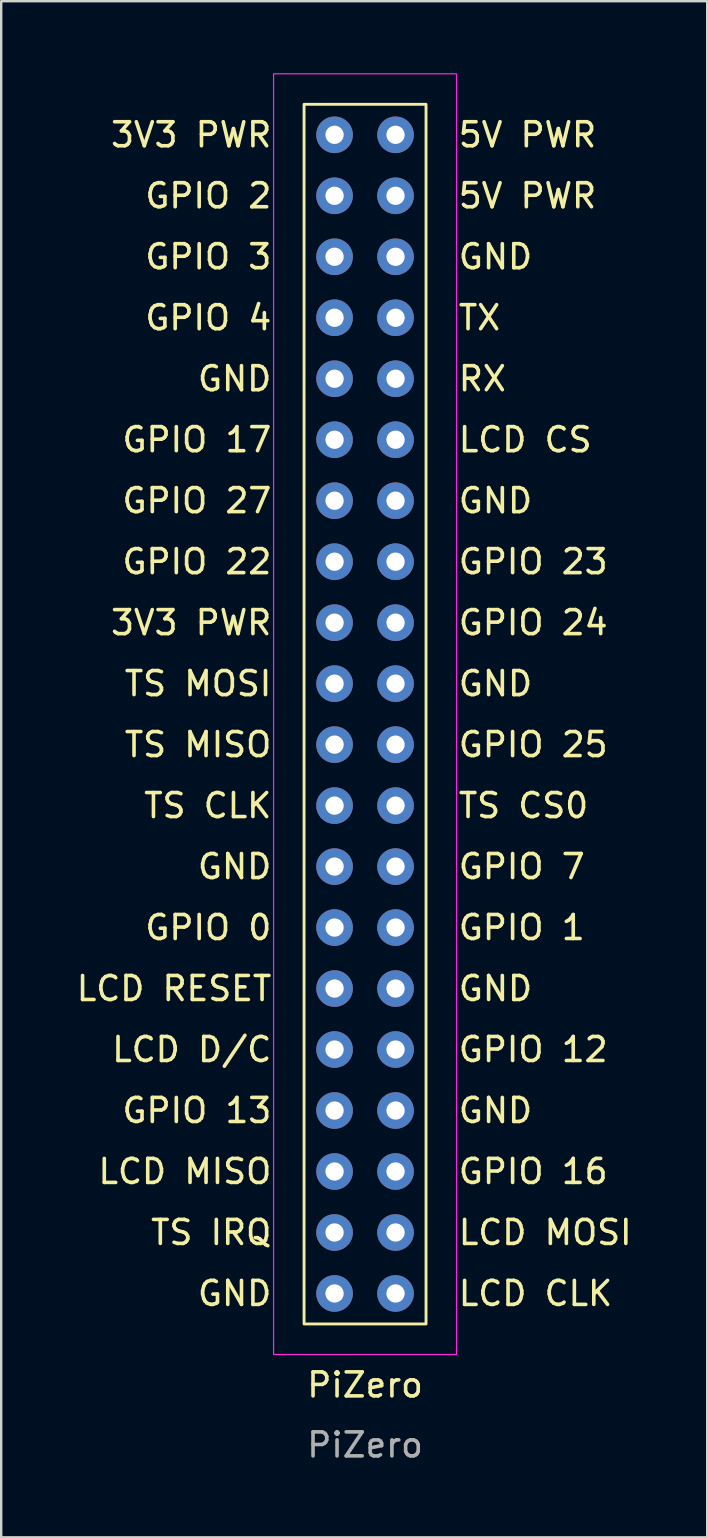
<source format=kicad_pcb>
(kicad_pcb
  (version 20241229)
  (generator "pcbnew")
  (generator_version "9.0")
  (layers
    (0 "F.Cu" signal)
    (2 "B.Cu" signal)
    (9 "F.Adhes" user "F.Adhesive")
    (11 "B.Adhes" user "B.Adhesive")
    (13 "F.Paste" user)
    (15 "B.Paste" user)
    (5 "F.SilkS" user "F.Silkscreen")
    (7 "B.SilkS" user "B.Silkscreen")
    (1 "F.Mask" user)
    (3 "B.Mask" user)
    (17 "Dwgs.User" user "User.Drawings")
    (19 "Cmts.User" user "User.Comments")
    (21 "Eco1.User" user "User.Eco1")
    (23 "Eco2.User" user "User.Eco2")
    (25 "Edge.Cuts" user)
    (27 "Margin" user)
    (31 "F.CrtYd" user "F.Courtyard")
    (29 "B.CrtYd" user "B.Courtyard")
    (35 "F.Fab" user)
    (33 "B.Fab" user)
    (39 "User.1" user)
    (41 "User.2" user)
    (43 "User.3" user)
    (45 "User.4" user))
  (footprint "PiZero"
    (layer "F.Cu")
    (at 12.155 54.635)
    (property "Reference" "PiZero" (at 0 0 0) (unlocked yes) (layer "F.SilkS") (effects (font (size 1 1) (thickness 0.15))))
    (attr through_hole)
    (fp_rect (start -2.54 -53.34) (end 2.54 -2.54) (stroke (width 0.12) (type solid)) (fill no) (layer "F.SilkS"))
    (fp_rect (start -3.81 -54.61) (end 3.81 -1.27) (stroke (width 0.05) (type solid)) (fill no) (layer "F.CrtYd"))
    (fp_text user "GPIO 12" (at 3.81 -13.97 0) (unlocked yes) (layer "F.SilkS") (effects (font (size 1 1) (thickness 0.15)) (justify left)))
    (fp_text user "LCD D/C" (at -3.81 -13.97 0) (unlocked yes) (layer "F.SilkS") (effects (font (size 1 1) (thickness 0.15)) (justify right)))
    (fp_text user "GPIO 7" (at 3.81 -21.59 0) (unlocked yes) (layer "F.SilkS") (effects (font (size 1 1) (thickness 0.15)) (justify left)))
    (fp_text user "TS MISO" (at -3.81 -26.67 0) (unlocked yes) (layer "F.SilkS") (effects (font (size 1 1) (thickness 0.15)) (justify right)))
    (fp_text user "GPIO 13" (at -3.81 -11.43 0) (unlocked yes) (layer "F.SilkS") (effects (font (size 1 1) (thickness 0.15)) (justify right)))
    (fp_text user "GPIO 1" (at 3.81 -19.05 0) (unlocked yes) (layer "F.SilkS") (effects (font (size 1 1) (thickness 0.15)) (justify left)))
    (fp_text user "GND" (at -3.81 -21.59 0) (unlocked yes) (layer "F.SilkS") (effects (font (size 1 1) (thickness 0.15)) (justify right)))
    (fp_text user "GPIO 27" (at -3.81 -36.83 0) (unlocked yes) (layer "F.SilkS") (effects (font (size 1 1) (thickness 0.15)) (justify right)))
    (fp_text user "GND" (at 3.81 -16.51 0) (unlocked yes) (layer "F.SilkS") (effects (font (size 1 1) (thickness 0.15)) (justify left)))
    (fp_text user "3V3 PWR" (at -3.81 -31.75 0) (unlocked yes) (layer "F.SilkS") (effects (font (size 1 1) (thickness 0.15)) (justify right)))
    (fp_text user "GPIO 22" (at -3.81 -34.29 0) (unlocked yes) (layer "F.SilkS") (effects (font (size 1 1) (thickness 0.15)) (justify right)))
    (fp_text user "GPIO 4" (at -3.81 -44.45 0) (unlocked yes) (layer "F.SilkS") (effects (font (size 1 1) (thickness 0.15)) (justify right)))
    (fp_text user "GND" (at 3.81 -11.43 0) (unlocked yes) (layer "F.SilkS") (effects (font (size 1 1) (thickness 0.15)) (justify left)))
    (fp_text user "TS CS0" (at 3.81 -24.13 0) (unlocked yes) (layer "F.SilkS") (effects (font (size 1 1) (thickness 0.15)) (justify left)))
    (fp_text user "GND" (at 3.81 -29.21 0) (unlocked yes) (layer "F.SilkS") (effects (font (size 1 1) (thickness 0.15)) (justify left)))
    (fp_text user "GPIO 2" (at -3.81 -49.53 0) (unlocked yes) (layer "F.SilkS") (effects (font (size 1 1) (thickness 0.15)) (justify right)))
    (fp_text user "GPIO 24" (at 3.81 -31.75 0) (unlocked yes) (layer "F.SilkS") (effects (font (size 1 1) (thickness 0.15)) (justify left)))
    (fp_text user "TS MOSI" (at -3.81 -29.21 0) (unlocked yes) (layer "F.SilkS") (effects (font (size 1 1) (thickness 0.15)) (justify right)))
    (fp_text user "GND" (at -3.81 -3.81 0) (unlocked yes) (layer "F.SilkS") (effects (font (size 1 1) (thickness 0.15)) (justify right)))
    (fp_text user "5V PWR" (at 3.81 -49.53 0) (unlocked yes) (layer "F.SilkS") (effects (font (size 1 1) (thickness 0.15)) (justify left)))
    (fp_text user "TS CLK" (at -3.81 -24.13 0) (unlocked yes) (layer "F.SilkS") (effects (font (size 1 1) (thickness 0.15)) (justify right)))
    (fp_text user "GND" (at -3.81 -41.91 0) (unlocked yes) (layer "F.SilkS") (effects (font (size 1 1) (thickness 0.15)) (justify right)))
    (fp_text user "LCD CS" (at 3.81 -39.37 0) (unlocked yes) (layer "F.SilkS") (effects (font (size 1 1) (thickness 0.15)) (justify left)))
    (fp_text user "3V3 PWR" (at -3.81 -52.07 0) (unlocked yes) (layer "F.SilkS") (effects (font (size 1 1) (thickness 0.15)) (justify right)))
    (fp_text user "LCD MOSI" (at 3.81 -6.35 0) (unlocked yes) (layer "F.SilkS") (effects (font (size 1 1) (thickness 0.15)) (justify left)))
    (fp_text user "TS IRQ" (at -3.81 -6.35 0) (unlocked yes) (layer "F.SilkS") (effects (font (size 1 1) (thickness 0.15)) (justify right)))
    (fp_text user "LCD MISO" (at -3.81 -8.89 0) (unlocked yes) (layer "F.SilkS") (effects (font (size 1 1) (thickness 0.15)) (justify right)))
    (fp_text user "GND" (at 3.81 -46.99 0) (unlocked yes) (layer "F.SilkS") (effects (font (size 1 1) (thickness 0.15)) (justify left)))
    (fp_text user "GND" (at 3.81 -36.83 0) (unlocked yes) (layer "F.SilkS") (effects (font (size 1 1) (thickness 0.15)) (justify left)))
    (fp_text user "RX" (at 3.81 -41.91 0) (unlocked yes) (layer "F.SilkS") (effects (font (size 1 1) (thickness 0.15)) (justify left)))
    (fp_text user "5V PWR" (at 3.81 -52.07 0) (unlocked yes) (layer "F.SilkS") (effects (font (size 1 1) (thickness 0.15)) (justify left)))
    (fp_text user "GPIO 23" (at 3.81 -34.29 0) (unlocked yes) (layer "F.SilkS") (effects (font (size 1 1) (thickness 0.15)) (justify left)))
    (fp_text user "GPIO 25" (at 3.81 -26.67 0) (unlocked yes) (layer "F.SilkS") (effects (font (size 1 1) (thickness 0.15)) (justify left)))
    (fp_text user "LCD RESET" (at -3.81 -16.51 0) (unlocked yes) (layer "F.SilkS") (effects (font (size 1 1) (thickness 0.15)) (justify right)))
    (fp_text user "GPIO 0" (at -3.81 -19.05 0) (unlocked yes) (layer "F.SilkS") (effects (font (size 1 1) (thickness 0.15)) (justify right)))
    (fp_text user "LCD CLK" (at 3.81 -3.81 0) (unlocked yes) (layer "F.SilkS") (effects (font (size 1 1) (thickness 0.15)) (justify left)))
    (fp_text user "GPIO 3" (at -3.81 -46.99 0) (unlocked yes) (layer "F.SilkS") (effects (font (size 1 1) (thickness 0.15)) (justify right)))
    (fp_text user "TX" (at 3.81 -44.45 0) (unlocked yes) (layer "F.SilkS") (effects (font (size 1 1) (thickness 0.15)) (justify left)))
    (fp_text user "GPIO 16" (at 3.81 -8.89 0) (unlocked yes) (layer "F.SilkS") (effects (font (size 1 1) (thickness 0.15)) (justify left)))
    (fp_text user "GPIO 17" (at -3.81 -39.37 0) (unlocked yes) (layer "F.SilkS") (effects (font (size 1 1) (thickness 0.15)) (justify right)))
    (fp_text user "${REFERENCE}" (at 0 2.5 0) (unlocked yes) (layer "F.Fab") (effects (font (size 1 1) (thickness 0.15))))
    (pad "1" thru_hole circle (at -1.27 -52.07) (size 1.524 1.524) (drill 0.762) (layers "*.Cu" "*.Mask"))
    (pad "2" thru_hole circle (at 1.27 -52.07) (size 1.524 1.524) (drill 0.762) (layers "*.Cu" "*.Mask"))
    (pad "3" thru_hole circle (at -1.27 -49.53) (size 1.524 1.524) (drill 0.762) (layers "*.Cu" "*.Mask"))
    (pad "4" thru_hole circle (at 1.27 -49.53) (size 1.524 1.524) (drill 0.762) (layers "*.Cu" "*.Mask"))
    (pad "5" thru_hole circle (at -1.27 -46.99) (size 1.524 1.524) (drill 0.762) (layers "*.Cu" "*.Mask"))
    (pad "6" thru_hole circle (at 1.27 -46.99) (size 1.524 1.524) (drill 0.762) (layers "*.Cu" "*.Mask"))
    (pad "7" thru_hole circle (at -1.27 -44.45) (size 1.524 1.524) (drill 0.762) (layers "*.Cu" "*.Mask"))
    (pad "8" thru_hole circle (at 1.27 -44.45) (size 1.524 1.524) (drill 0.762) (layers "*.Cu" "*.Mask"))
    (pad "9" thru_hole circle (at -1.27 -41.91) (size 1.524 1.524) (drill 0.762) (layers "*.Cu" "*.Mask"))
    (pad "10" thru_hole circle (at 1.27 -41.91) (size 1.524 1.524) (drill 0.762) (layers "*.Cu" "*.Mask"))
    (pad "11" thru_hole circle (at -1.27 -39.37) (size 1.524 1.524) (drill 0.762) (layers "*.Cu" "*.Mask"))
    (pad "12" thru_hole circle (at 1.27 -39.37) (size 1.524 1.524) (drill 0.762) (layers "*.Cu" "*.Mask"))
    (pad "13" thru_hole circle (at -1.27 -36.83) (size 1.524 1.524) (drill 0.762) (layers "*.Cu" "*.Mask"))
    (pad "14" thru_hole circle (at 1.27 -36.83) (size 1.524 1.524) (drill 0.762) (layers "*.Cu" "*.Mask"))
    (pad "15" thru_hole circle (at -1.27 -34.29) (size 1.524 1.524) (drill 0.762) (layers "*.Cu" "*.Mask"))
    (pad "16" thru_hole circle (at 1.27 -34.29) (size 1.524 1.524) (drill 0.762) (layers "*.Cu" "*.Mask"))
    (pad "17" thru_hole circle (at -1.27 -31.75) (size 1.524 1.524) (drill 0.762) (layers "*.Cu" "*.Mask"))
    (pad "18" thru_hole circle (at 1.27 -31.75) (size 1.524 1.524) (drill 0.762) (layers "*.Cu" "*.Mask"))
    (pad "19" thru_hole circle (at -1.27 -29.21) (size 1.524 1.524) (drill 0.762) (layers "*.Cu" "*.Mask"))
    (pad "20" thru_hole circle (at 1.27 -29.21) (size 1.524 1.524) (drill 0.762) (layers "*.Cu" "*.Mask"))
    (pad "21" thru_hole circle (at -1.27 -26.67) (size 1.524 1.524) (drill 0.762) (layers "*.Cu" "*.Mask"))
    (pad "22" thru_hole circle (at 1.27 -26.67) (size 1.524 1.524) (drill 0.762) (layers "*.Cu" "*.Mask"))
    (pad "23" thru_hole circle (at -1.27 -24.13) (size 1.524 1.524) (drill 0.762) (layers "*.Cu" "*.Mask"))
    (pad "24" thru_hole circle (at 1.27 -24.13) (size 1.524 1.524) (drill 0.762) (layers "*.Cu" "*.Mask"))
    (pad "25" thru_hole circle (at -1.27 -21.59) (size 1.524 1.524) (drill 0.762) (layers "*.Cu" "*.Mask"))
    (pad "26" thru_hole circle (at 1.27 -21.59) (size 1.524 1.524) (drill 0.762) (layers "*.Cu" "*.Mask"))
    (pad "27" thru_hole circle (at -1.27 -19.05) (size 1.524 1.524) (drill 0.762) (layers "*.Cu" "*.Mask"))
    (pad "28" thru_hole circle (at 1.27 -19.05) (size 1.524 1.524) (drill 0.762) (layers "*.Cu" "*.Mask"))
    (pad "29" thru_hole circle (at -1.27 -16.51) (size 1.524 1.524) (drill 0.762) (layers "*.Cu" "*.Mask"))
    (pad "30" thru_hole circle (at 1.27 -16.51) (size 1.524 1.524) (drill 0.762) (layers "*.Cu" "*.Mask"))
    (pad "31" thru_hole circle (at -1.27 -13.97) (size 1.524 1.524) (drill 0.762) (layers "*.Cu" "*.Mask"))
    (pad "32" thru_hole circle (at 1.27 -13.97) (size 1.524 1.524) (drill 0.762) (layers "*.Cu" "*.Mask"))
    (pad "33" thru_hole circle (at -1.27 -11.43) (size 1.524 1.524) (drill 0.762) (layers "*.Cu" "*.Mask"))
    (pad "34" thru_hole circle (at 1.27 -11.43) (size 1.524 1.524) (drill 0.762) (layers "*.Cu" "*.Mask"))
    (pad "35" thru_hole circle (at -1.27 -8.89) (size 1.524 1.524) (drill 0.762) (layers "*.Cu" "*.Mask"))
    (pad "36" thru_hole circle (at 1.27 -8.89) (size 1.524 1.524) (drill 0.762) (layers "*.Cu" "*.Mask"))
    (pad "37" thru_hole circle (at -1.27 -6.35) (size 1.524 1.524) (drill 0.762) (layers "*.Cu" "*.Mask"))
    (pad "38" thru_hole circle (at 1.27 -6.35) (size 1.524 1.524) (drill 0.762) (layers "*.Cu" "*.Mask"))
    (pad "39" thru_hole circle (at -1.27 -3.81) (size 1.524 1.524) (drill 0.762) (layers "*.Cu" "*.Mask"))
    (pad "40" thru_hole circle (at 1.27 -3.81) (size 1.524 1.524) (drill 0.762) (layers "*.Cu" "*.Mask")))
  (gr_rect
    (start -3 -3)
    (end 26.406 60.983)
    (stroke (width 0.1) (type default))
    (fill no)
    (layer "Edge.Cuts")))
</source>
